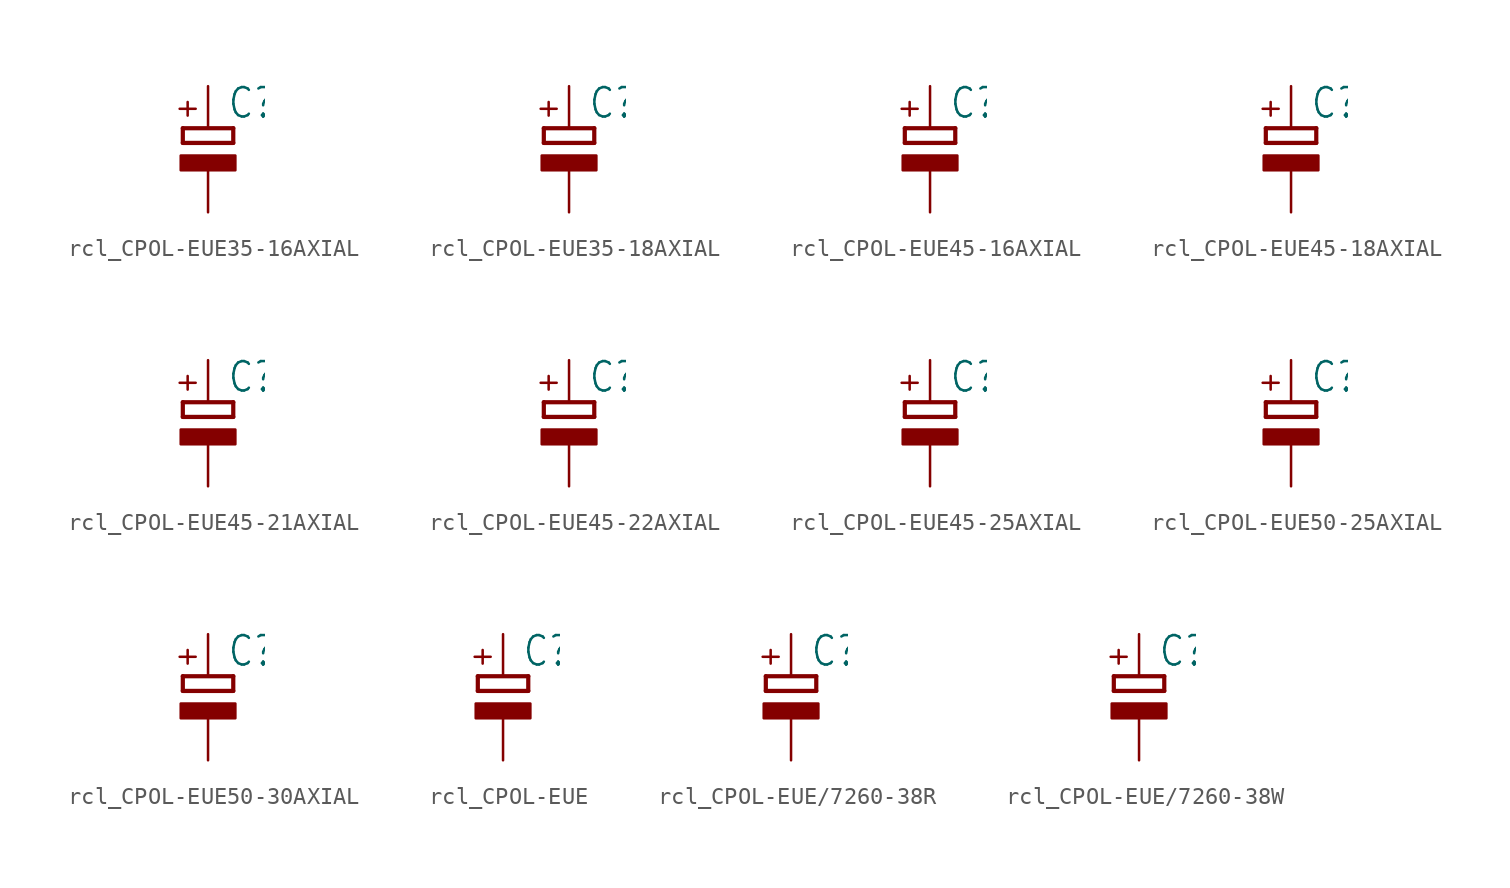
<source format=kicad_sym>
(kicad_symbol_lib
  (version 20231120)
  (generator "kicad_symbol_editor")
  (generator_version "8.0")
  (symbol "rcl_CPOL-EUE35-16AXIAL"
    (property "Reference" "C"
      (at 1.143 0.483 0)
      (effects (font (size 1.778 1.511)) (justify left bottom)))
    (property "Value" ""
      (at 1.143 -4.597 0)
      (effects (font (size 1.778 1.511)) (justify left bottom)))
    (property "ki_locked" ""
      (at 0 0 0)
      (effects (font (size 1.27 1.27))))
    (symbol "rcl_CPOL-EUE35-16AXIAL_1_0"
      (rectangle (start -1.651 -2.54) (end 1.651 -1.651) (stroke (width 0) (type default)) (fill (type outline)))
      (polyline (pts (xy -1.524 -0.889) (xy 1.524 -0.889)) (stroke (width 0.254) (type solid)) (fill (type none)))
      (polyline (pts (xy -1.524 0) (xy -1.524 -0.889)) (stroke (width 0.254) (type solid)) (fill (type none)))
      (polyline (pts (xy -1.524 0) (xy 1.524 0)) (stroke (width 0.254) (type solid)) (fill (type none)))
      (polyline (pts (xy 1.524 -0.889) (xy 1.524 0)) (stroke (width 0.254) (type solid)) (fill (type none)))
      (text "+" (at -0.584 0.406 900) (effects (font (size 1.27 1.079)) (justify left bottom)))
      (pin passive line (at 0 2.54 270) (length 2.54) (name "+" (effects (font (size 0 0)))) (number "+" (effects (font (size 0 0)))))
      (pin passive line (at 0 -5.08 90) (length 2.54) (name "-" (effects (font (size 0 0)))) (number "-" (effects (font (size 0 0)))))))
  (symbol "rcl_CPOL-EUE35-18AXIAL"
    (property "Reference" "C"
      (at 1.143 0.483 0)
      (effects (font (size 1.778 1.511)) (justify left bottom)))
    (property "Value" ""
      (at 1.143 -4.597 0)
      (effects (font (size 1.778 1.511)) (justify left bottom)))
    (property "ki_locked" ""
      (at 0 0 0)
      (effects (font (size 1.27 1.27))))
    (symbol "rcl_CPOL-EUE35-18AXIAL_1_0"
      (rectangle (start -1.651 -2.54) (end 1.651 -1.651) (stroke (width 0) (type default)) (fill (type outline)))
      (polyline (pts (xy -1.524 -0.889) (xy 1.524 -0.889)) (stroke (width 0.254) (type solid)) (fill (type none)))
      (polyline (pts (xy -1.524 0) (xy -1.524 -0.889)) (stroke (width 0.254) (type solid)) (fill (type none)))
      (polyline (pts (xy -1.524 0) (xy 1.524 0)) (stroke (width 0.254) (type solid)) (fill (type none)))
      (polyline (pts (xy 1.524 -0.889) (xy 1.524 0)) (stroke (width 0.254) (type solid)) (fill (type none)))
      (text "+" (at -0.584 0.406 900) (effects (font (size 1.27 1.079)) (justify left bottom)))
      (pin passive line (at 0 2.54 270) (length 2.54) (name "+" (effects (font (size 0 0)))) (number "+" (effects (font (size 0 0)))))
      (pin passive line (at 0 -5.08 90) (length 2.54) (name "-" (effects (font (size 0 0)))) (number "-" (effects (font (size 0 0)))))))
  (symbol "rcl_CPOL-EUE45-16AXIAL"
    (property "Reference" "C"
      (at 1.143 0.483 0)
      (effects (font (size 1.778 1.511)) (justify left bottom)))
    (property "Value" ""
      (at 1.143 -4.597 0)
      (effects (font (size 1.778 1.511)) (justify left bottom)))
    (property "ki_locked" ""
      (at 0 0 0)
      (effects (font (size 1.27 1.27))))
    (symbol "rcl_CPOL-EUE45-16AXIAL_1_0"
      (rectangle (start -1.651 -2.54) (end 1.651 -1.651) (stroke (width 0) (type default)) (fill (type outline)))
      (polyline (pts (xy -1.524 -0.889) (xy 1.524 -0.889)) (stroke (width 0.254) (type solid)) (fill (type none)))
      (polyline (pts (xy -1.524 0) (xy -1.524 -0.889)) (stroke (width 0.254) (type solid)) (fill (type none)))
      (polyline (pts (xy -1.524 0) (xy 1.524 0)) (stroke (width 0.254) (type solid)) (fill (type none)))
      (polyline (pts (xy 1.524 -0.889) (xy 1.524 0)) (stroke (width 0.254) (type solid)) (fill (type none)))
      (text "+" (at -0.584 0.406 900) (effects (font (size 1.27 1.079)) (justify left bottom)))
      (pin passive line (at 0 2.54 270) (length 2.54) (name "+" (effects (font (size 0 0)))) (number "+" (effects (font (size 0 0)))))
      (pin passive line (at 0 -5.08 90) (length 2.54) (name "-" (effects (font (size 0 0)))) (number "-" (effects (font (size 0 0)))))))
  (symbol "rcl_CPOL-EUE45-18AXIAL"
    (property "Reference" "C"
      (at 1.143 0.483 0)
      (effects (font (size 1.778 1.511)) (justify left bottom)))
    (property "Value" ""
      (at 1.143 -4.597 0)
      (effects (font (size 1.778 1.511)) (justify left bottom)))
    (property "ki_locked" ""
      (at 0 0 0)
      (effects (font (size 1.27 1.27))))
    (symbol "rcl_CPOL-EUE45-18AXIAL_1_0"
      (rectangle (start -1.651 -2.54) (end 1.651 -1.651) (stroke (width 0) (type default)) (fill (type outline)))
      (polyline (pts (xy -1.524 -0.889) (xy 1.524 -0.889)) (stroke (width 0.254) (type solid)) (fill (type none)))
      (polyline (pts (xy -1.524 0) (xy -1.524 -0.889)) (stroke (width 0.254) (type solid)) (fill (type none)))
      (polyline (pts (xy -1.524 0) (xy 1.524 0)) (stroke (width 0.254) (type solid)) (fill (type none)))
      (polyline (pts (xy 1.524 -0.889) (xy 1.524 0)) (stroke (width 0.254) (type solid)) (fill (type none)))
      (text "+" (at -0.584 0.406 900) (effects (font (size 1.27 1.079)) (justify left bottom)))
      (pin passive line (at 0 2.54 270) (length 2.54) (name "+" (effects (font (size 0 0)))) (number "+" (effects (font (size 0 0)))))
      (pin passive line (at 0 -5.08 90) (length 2.54) (name "-" (effects (font (size 0 0)))) (number "-" (effects (font (size 0 0)))))))
  (symbol "rcl_CPOL-EUE45-21AXIAL"
    (property "Reference" "C"
      (at 1.143 0.483 0)
      (effects (font (size 1.778 1.511)) (justify left bottom)))
    (property "Value" ""
      (at 1.143 -4.597 0)
      (effects (font (size 1.778 1.511)) (justify left bottom)))
    (property "ki_locked" ""
      (at 0 0 0)
      (effects (font (size 1.27 1.27))))
    (symbol "rcl_CPOL-EUE45-21AXIAL_1_0"
      (rectangle (start -1.651 -2.54) (end 1.651 -1.651) (stroke (width 0) (type default)) (fill (type outline)))
      (polyline (pts (xy -1.524 -0.889) (xy 1.524 -0.889)) (stroke (width 0.254) (type solid)) (fill (type none)))
      (polyline (pts (xy -1.524 0) (xy -1.524 -0.889)) (stroke (width 0.254) (type solid)) (fill (type none)))
      (polyline (pts (xy -1.524 0) (xy 1.524 0)) (stroke (width 0.254) (type solid)) (fill (type none)))
      (polyline (pts (xy 1.524 -0.889) (xy 1.524 0)) (stroke (width 0.254) (type solid)) (fill (type none)))
      (text "+" (at -0.584 0.406 900) (effects (font (size 1.27 1.079)) (justify left bottom)))
      (pin passive line (at 0 2.54 270) (length 2.54) (name "+" (effects (font (size 0 0)))) (number "+" (effects (font (size 0 0)))))
      (pin passive line (at 0 -5.08 90) (length 2.54) (name "-" (effects (font (size 0 0)))) (number "-" (effects (font (size 0 0)))))))
  (symbol "rcl_CPOL-EUE45-22AXIAL"
    (property "Reference" "C"
      (at 1.143 0.483 0)
      (effects (font (size 1.778 1.511)) (justify left bottom)))
    (property "Value" ""
      (at 1.143 -4.597 0)
      (effects (font (size 1.778 1.511)) (justify left bottom)))
    (property "ki_locked" ""
      (at 0 0 0)
      (effects (font (size 1.27 1.27))))
    (symbol "rcl_CPOL-EUE45-22AXIAL_1_0"
      (rectangle (start -1.651 -2.54) (end 1.651 -1.651) (stroke (width 0) (type default)) (fill (type outline)))
      (polyline (pts (xy -1.524 -0.889) (xy 1.524 -0.889)) (stroke (width 0.254) (type solid)) (fill (type none)))
      (polyline (pts (xy -1.524 0) (xy -1.524 -0.889)) (stroke (width 0.254) (type solid)) (fill (type none)))
      (polyline (pts (xy -1.524 0) (xy 1.524 0)) (stroke (width 0.254) (type solid)) (fill (type none)))
      (polyline (pts (xy 1.524 -0.889) (xy 1.524 0)) (stroke (width 0.254) (type solid)) (fill (type none)))
      (text "+" (at -0.584 0.406 900) (effects (font (size 1.27 1.079)) (justify left bottom)))
      (pin passive line (at 0 2.54 270) (length 2.54) (name "+" (effects (font (size 0 0)))) (number "+" (effects (font (size 0 0)))))
      (pin passive line (at 0 -5.08 90) (length 2.54) (name "-" (effects (font (size 0 0)))) (number "-" (effects (font (size 0 0)))))))
  (symbol "rcl_CPOL-EUE45-25AXIAL"
    (property "Reference" "C"
      (at 1.143 0.483 0)
      (effects (font (size 1.778 1.511)) (justify left bottom)))
    (property "Value" ""
      (at 1.143 -4.597 0)
      (effects (font (size 1.778 1.511)) (justify left bottom)))
    (property "ki_locked" ""
      (at 0 0 0)
      (effects (font (size 1.27 1.27))))
    (symbol "rcl_CPOL-EUE45-25AXIAL_1_0"
      (rectangle (start -1.651 -2.54) (end 1.651 -1.651) (stroke (width 0) (type default)) (fill (type outline)))
      (polyline (pts (xy -1.524 -0.889) (xy 1.524 -0.889)) (stroke (width 0.254) (type solid)) (fill (type none)))
      (polyline (pts (xy -1.524 0) (xy -1.524 -0.889)) (stroke (width 0.254) (type solid)) (fill (type none)))
      (polyline (pts (xy -1.524 0) (xy 1.524 0)) (stroke (width 0.254) (type solid)) (fill (type none)))
      (polyline (pts (xy 1.524 -0.889) (xy 1.524 0)) (stroke (width 0.254) (type solid)) (fill (type none)))
      (text "+" (at -0.584 0.406 900) (effects (font (size 1.27 1.079)) (justify left bottom)))
      (pin passive line (at 0 2.54 270) (length 2.54) (name "+" (effects (font (size 0 0)))) (number "+" (effects (font (size 0 0)))))
      (pin passive line (at 0 -5.08 90) (length 2.54) (name "-" (effects (font (size 0 0)))) (number "-" (effects (font (size 0 0)))))))
  (symbol "rcl_CPOL-EUE50-25AXIAL"
    (property "Reference" "C"
      (at 1.143 0.483 0)
      (effects (font (size 1.778 1.511)) (justify left bottom)))
    (property "Value" ""
      (at 1.143 -4.597 0)
      (effects (font (size 1.778 1.511)) (justify left bottom)))
    (property "ki_locked" ""
      (at 0 0 0)
      (effects (font (size 1.27 1.27))))
    (symbol "rcl_CPOL-EUE50-25AXIAL_1_0"
      (rectangle (start -1.651 -2.54) (end 1.651 -1.651) (stroke (width 0) (type default)) (fill (type outline)))
      (polyline (pts (xy -1.524 -0.889) (xy 1.524 -0.889)) (stroke (width 0.254) (type solid)) (fill (type none)))
      (polyline (pts (xy -1.524 0) (xy -1.524 -0.889)) (stroke (width 0.254) (type solid)) (fill (type none)))
      (polyline (pts (xy -1.524 0) (xy 1.524 0)) (stroke (width 0.254) (type solid)) (fill (type none)))
      (polyline (pts (xy 1.524 -0.889) (xy 1.524 0)) (stroke (width 0.254) (type solid)) (fill (type none)))
      (text "+" (at -0.584 0.406 900) (effects (font (size 1.27 1.079)) (justify left bottom)))
      (pin passive line (at 0 2.54 270) (length 2.54) (name "+" (effects (font (size 0 0)))) (number "+" (effects (font (size 0 0)))))
      (pin passive line (at 0 -5.08 90) (length 2.54) (name "-" (effects (font (size 0 0)))) (number "-" (effects (font (size 0 0)))))))
  (symbol "rcl_CPOL-EUE50-30AXIAL"
    (property "Reference" "C"
      (at 1.143 0.483 0)
      (effects (font (size 1.778 1.511)) (justify left bottom)))
    (property "Value" ""
      (at 1.143 -4.597 0)
      (effects (font (size 1.778 1.511)) (justify left bottom)))
    (property "ki_locked" ""
      (at 0 0 0)
      (effects (font (size 1.27 1.27))))
    (symbol "rcl_CPOL-EUE50-30AXIAL_1_0"
      (rectangle (start -1.651 -2.54) (end 1.651 -1.651) (stroke (width 0) (type default)) (fill (type outline)))
      (polyline (pts (xy -1.524 -0.889) (xy 1.524 -0.889)) (stroke (width 0.254) (type solid)) (fill (type none)))
      (polyline (pts (xy -1.524 0) (xy -1.524 -0.889)) (stroke (width 0.254) (type solid)) (fill (type none)))
      (polyline (pts (xy -1.524 0) (xy 1.524 0)) (stroke (width 0.254) (type solid)) (fill (type none)))
      (polyline (pts (xy 1.524 -0.889) (xy 1.524 0)) (stroke (width 0.254) (type solid)) (fill (type none)))
      (text "+" (at -0.584 0.406 900) (effects (font (size 1.27 1.079)) (justify left bottom)))
      (pin passive line (at 0 2.54 270) (length 2.54) (name "+" (effects (font (size 0 0)))) (number "+" (effects (font (size 0 0)))))
      (pin passive line (at 0 -5.08 90) (length 2.54) (name "-" (effects (font (size 0 0)))) (number "-" (effects (font (size 0 0)))))))
  (symbol "rcl_CPOL-EUE"
    (property "Reference" "C"
      (at 1.143 0.483 0)
      (effects (font (size 1.778 1.511)) (justify left bottom)))
    (property "Value" ""
      (at 1.143 -4.597 0)
      (effects (font (size 1.778 1.511)) (justify left bottom)))
    (property "ki_locked" ""
      (at 0 0 0)
      (effects (font (size 1.27 1.27))))
    (symbol "rcl_CPOL-EUE_1_0"
      (rectangle (start -1.651 -2.54) (end 1.651 -1.651) (stroke (width 0) (type default)) (fill (type outline)))
      (polyline (pts (xy -1.524 -0.889) (xy 1.524 -0.889)) (stroke (width 0.254) (type solid)) (fill (type none)))
      (polyline (pts (xy -1.524 0) (xy -1.524 -0.889)) (stroke (width 0.254) (type solid)) (fill (type none)))
      (polyline (pts (xy -1.524 0) (xy 1.524 0)) (stroke (width 0.254) (type solid)) (fill (type none)))
      (polyline (pts (xy 1.524 -0.889) (xy 1.524 0)) (stroke (width 0.254) (type solid)) (fill (type none)))
      (text "+" (at -0.584 0.406 900) (effects (font (size 1.27 1.079)) (justify left bottom)))
      (pin passive line (at 0 2.54 270) (length 2.54) (name "+" (effects (font (size 0 0)))) (number "+" (effects (font (size 0 0)))))
      (pin passive line (at 0 -5.08 90) (length 2.54) (name "-" (effects (font (size 0 0)))) (number "-" (effects (font (size 0 0)))))))
  (symbol "rcl_CPOL-EUE/7260-38R"
    (property "Reference" "C"
      (at 1.143 0.483 0)
      (effects (font (size 1.778 1.511)) (justify left bottom)))
    (property "Value" ""
      (at 1.143 -4.597 0)
      (effects (font (size 1.778 1.511)) (justify left bottom)))
    (property "ki_locked" ""
      (at 0 0 0)
      (effects (font (size 1.27 1.27))))
    (symbol "rcl_CPOL-EUE/7260-38R_1_0"
      (rectangle (start -1.651 -2.54) (end 1.651 -1.651) (stroke (width 0) (type default)) (fill (type outline)))
      (polyline (pts (xy -1.524 -0.889) (xy 1.524 -0.889)) (stroke (width 0.254) (type solid)) (fill (type none)))
      (polyline (pts (xy -1.524 0) (xy -1.524 -0.889)) (stroke (width 0.254) (type solid)) (fill (type none)))
      (polyline (pts (xy -1.524 0) (xy 1.524 0)) (stroke (width 0.254) (type solid)) (fill (type none)))
      (polyline (pts (xy 1.524 -0.889) (xy 1.524 0)) (stroke (width 0.254) (type solid)) (fill (type none)))
      (text "+" (at -0.584 0.406 900) (effects (font (size 1.27 1.079)) (justify left bottom)))
      (pin passive line (at 0 2.54 270) (length 2.54) (name "+" (effects (font (size 0 0)))) (number "+" (effects (font (size 0 0)))))
      (pin passive line (at 0 -5.08 90) (length 2.54) (name "-" (effects (font (size 0 0)))) (number "-" (effects (font (size 0 0)))))))
  (symbol "rcl_CPOL-EUE/7260-38W"
    (property "Reference" "C"
      (at 1.143 0.483 0)
      (effects (font (size 1.778 1.511)) (justify left bottom)))
    (property "Value" ""
      (at 1.143 -4.597 0)
      (effects (font (size 1.778 1.511)) (justify left bottom)))
    (property "ki_locked" ""
      (at 0 0 0)
      (effects (font (size 1.27 1.27))))
    (symbol "rcl_CPOL-EUE/7260-38W_1_0"
      (rectangle (start -1.651 -2.54) (end 1.651 -1.651) (stroke (width 0) (type default)) (fill (type outline)))
      (polyline (pts (xy -1.524 -0.889) (xy 1.524 -0.889)) (stroke (width 0.254) (type solid)) (fill (type none)))
      (polyline (pts (xy -1.524 0) (xy -1.524 -0.889)) (stroke (width 0.254) (type solid)) (fill (type none)))
      (polyline (pts (xy -1.524 0) (xy 1.524 0)) (stroke (width 0.254) (type solid)) (fill (type none)))
      (polyline (pts (xy 1.524 -0.889) (xy 1.524 0)) (stroke (width 0.254) (type solid)) (fill (type none)))
      (text "+" (at -0.584 0.406 900) (effects (font (size 1.27 1.079)) (justify left bottom)))
      (pin passive line (at 0 2.54 270) (length 2.54) (name "+" (effects (font (size 0 0)))) (number "+" (effects (font (size 0 0)))))
      (pin passive line (at 0 -5.08 90) (length 2.54) (name "-" (effects (font (size 0 0)))) (number "-" (effects (font (size 0 0))))))))
</source>
